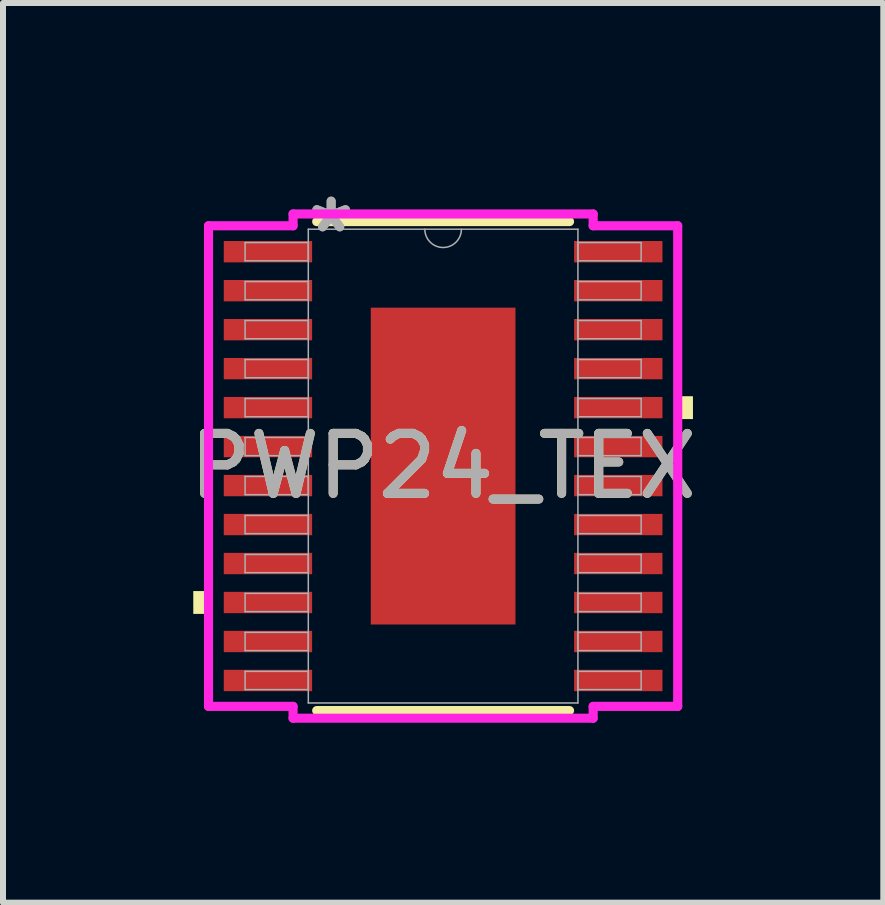
<source format=kicad_pcb>
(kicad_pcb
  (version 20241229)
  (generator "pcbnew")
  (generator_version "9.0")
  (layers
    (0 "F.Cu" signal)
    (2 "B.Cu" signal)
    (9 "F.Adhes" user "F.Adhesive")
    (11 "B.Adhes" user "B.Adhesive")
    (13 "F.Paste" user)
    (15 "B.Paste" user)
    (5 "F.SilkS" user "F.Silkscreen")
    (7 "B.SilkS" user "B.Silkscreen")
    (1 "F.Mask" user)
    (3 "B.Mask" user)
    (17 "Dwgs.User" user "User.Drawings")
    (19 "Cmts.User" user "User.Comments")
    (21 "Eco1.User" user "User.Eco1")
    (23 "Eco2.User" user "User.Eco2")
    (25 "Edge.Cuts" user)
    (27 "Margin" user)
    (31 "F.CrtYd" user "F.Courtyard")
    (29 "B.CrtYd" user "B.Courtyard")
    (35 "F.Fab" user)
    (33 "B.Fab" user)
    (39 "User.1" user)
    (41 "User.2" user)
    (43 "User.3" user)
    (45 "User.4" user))
  (footprint "PWP24_TEX"
    (layer "F.Cu")
    (at 4.339 4.722)
    (property "Reference" "PWP24_TEX" (at 0 0 0) (unlocked yes) (layer "F.SilkS") (effects (font (size 1 1) (thickness 0.15))))
    (attr smd)
    (fp_line (start -2.108 4.077) (end 2.108 4.077) (stroke (width 0.152) (type solid)) (layer "F.SilkS"))
    (fp_line (start 2.108 -4.077) (end -2.108 -4.077) (stroke (width 0.152) (type solid)) (layer "F.SilkS"))
    (fp_poly (pts (xy -4.166 2.084) (xy -4.166 2.465) (xy -3.912 2.465) (xy -3.912 2.084)) (stroke (width 0) (type solid)) (fill yes) (layer "F.SilkS"))
    (fp_poly (pts (xy 4.166 -1.165) (xy 4.166 -0.784) (xy 3.912 -0.784) (xy 3.912 -1.165)) (stroke (width 0) (type solid)) (fill yes) (layer "F.SilkS"))
    (fp_poly (pts (xy -1.107 -2.542) (xy -1.107 -1.421) (xy 1.107 -1.421) (xy 1.107 -2.542)) (stroke (width 0) (type solid)) (fill yes) (layer "F.Paste"))
    (fp_poly (pts (xy -1.107 -1.221) (xy -1.107 -0.1) (xy 1.107 -0.1) (xy 1.107 -1.221)) (stroke (width 0) (type solid)) (fill yes) (layer "F.Paste"))
    (fp_poly (pts (xy -1.107 0.1) (xy -1.107 1.221) (xy 1.107 1.221) (xy 1.107 0.1)) (stroke (width 0) (type solid)) (fill yes) (layer "F.Paste"))
    (fp_poly (pts (xy -1.107 1.421) (xy -1.107 2.542) (xy 1.107 2.542) (xy 1.107 1.421)) (stroke (width 0) (type solid)) (fill yes) (layer "F.Paste"))
    (fp_line (start -3.912 -4.007) (end -2.502 -4.007) (stroke (width 0.152) (type solid)) (layer "F.CrtYd"))
    (fp_line (start -3.912 4.007) (end -3.912 -4.007) (stroke (width 0.152) (type solid)) (layer "F.CrtYd"))
    (fp_line (start -3.912 4.007) (end -2.502 4.007) (stroke (width 0.152) (type solid)) (layer "F.CrtYd"))
    (fp_line (start -2.502 -4.204) (end 2.502 -4.204) (stroke (width 0.152) (type solid)) (layer "F.CrtYd"))
    (fp_line (start -2.502 -4.007) (end -2.502 -4.204) (stroke (width 0.152) (type solid)) (layer "F.CrtYd"))
    (fp_line (start -2.502 4.204) (end -2.502 4.007) (stroke (width 0.152) (type solid)) (layer "F.CrtYd"))
    (fp_line (start 2.502 -4.204) (end 2.502 -4.007) (stroke (width 0.152) (type solid)) (layer "F.CrtYd"))
    (fp_line (start 2.502 4.007) (end 2.502 4.204) (stroke (width 0.152) (type solid)) (layer "F.CrtYd"))
    (fp_line (start 2.502 4.204) (end -2.502 4.204) (stroke (width 0.152) (type solid)) (layer "F.CrtYd"))
    (fp_line (start 3.912 -4.007) (end 2.502 -4.007) (stroke (width 0.152) (type solid)) (layer "F.CrtYd"))
    (fp_line (start 3.912 -4.007) (end 3.912 4.007) (stroke (width 0.152) (type solid)) (layer "F.CrtYd"))
    (fp_line (start 3.912 4.007) (end 2.502 4.007) (stroke (width 0.152) (type solid)) (layer "F.CrtYd"))
    (fp_line (start -3.302 -3.727) (end -3.302 -3.423) (stroke (width 0.025) (type solid)) (layer "F.Fab"))
    (fp_line (start -3.302 -3.423) (end -2.248 -3.423) (stroke (width 0.025) (type solid)) (layer "F.Fab"))
    (fp_line (start -3.302 -3.077) (end -3.302 -2.773) (stroke (width 0.025) (type solid)) (layer "F.Fab"))
    (fp_line (start -3.302 -2.773) (end -2.248 -2.773) (stroke (width 0.025) (type solid)) (layer "F.Fab"))
    (fp_line (start -3.302 -2.427) (end -3.302 -2.123) (stroke (width 0.025) (type solid)) (layer "F.Fab"))
    (fp_line (start -3.302 -2.123) (end -2.248 -2.123) (stroke (width 0.025) (type solid)) (layer "F.Fab"))
    (fp_line (start -3.302 -1.777) (end -3.302 -1.473) (stroke (width 0.025) (type solid)) (layer "F.Fab"))
    (fp_line (start -3.302 -1.473) (end -2.248 -1.473) (stroke (width 0.025) (type solid)) (layer "F.Fab"))
    (fp_line (start -3.302 -1.127) (end -3.302 -0.823) (stroke (width 0.025) (type solid)) (layer "F.Fab"))
    (fp_line (start -3.302 -0.823) (end -2.248 -0.823) (stroke (width 0.025) (type solid)) (layer "F.Fab"))
    (fp_line (start -3.302 -0.477) (end -3.302 -0.173) (stroke (width 0.025) (type solid)) (layer "F.Fab"))
    (fp_line (start -3.302 -0.173) (end -2.248 -0.173) (stroke (width 0.025) (type solid)) (layer "F.Fab"))
    (fp_line (start -3.302 0.173) (end -3.302 0.477) (stroke (width 0.025) (type solid)) (layer "F.Fab"))
    (fp_line (start -3.302 0.477) (end -2.248 0.477) (stroke (width 0.025) (type solid)) (layer "F.Fab"))
    (fp_line (start -3.302 0.823) (end -3.302 1.127) (stroke (width 0.025) (type solid)) (layer "F.Fab"))
    (fp_line (start -3.302 1.127) (end -2.248 1.127) (stroke (width 0.025) (type solid)) (layer "F.Fab"))
    (fp_line (start -3.302 1.473) (end -3.302 1.777) (stroke (width 0.025) (type solid)) (layer "F.Fab"))
    (fp_line (start -3.302 1.777) (end -2.248 1.777) (stroke (width 0.025) (type solid)) (layer "F.Fab"))
    (fp_line (start -3.302 2.123) (end -3.302 2.427) (stroke (width 0.025) (type solid)) (layer "F.Fab"))
    (fp_line (start -3.302 2.427) (end -2.248 2.427) (stroke (width 0.025) (type solid)) (layer "F.Fab"))
    (fp_line (start -3.302 2.773) (end -3.302 3.077) (stroke (width 0.025) (type solid)) (layer "F.Fab"))
    (fp_line (start -3.302 3.077) (end -2.248 3.077) (stroke (width 0.025) (type solid)) (layer "F.Fab"))
    (fp_line (start -3.302 3.423) (end -3.302 3.727) (stroke (width 0.025) (type solid)) (layer "F.Fab"))
    (fp_line (start -3.302 3.727) (end -2.248 3.727) (stroke (width 0.025) (type solid)) (layer "F.Fab"))
    (fp_line (start -2.248 -3.95) (end -2.248 3.95) (stroke (width 0.025) (type solid)) (layer "F.Fab"))
    (fp_line (start -2.248 -3.727) (end -3.302 -3.727) (stroke (width 0.025) (type solid)) (layer "F.Fab"))
    (fp_line (start -2.248 -3.423) (end -2.248 -3.727) (stroke (width 0.025) (type solid)) (layer "F.Fab"))
    (fp_line (start -2.248 -3.077) (end -3.302 -3.077) (stroke (width 0.025) (type solid)) (layer "F.Fab"))
    (fp_line (start -2.248 -2.773) (end -2.248 -3.077) (stroke (width 0.025) (type solid)) (layer "F.Fab"))
    (fp_line (start -2.248 -2.427) (end -3.302 -2.427) (stroke (width 0.025) (type solid)) (layer "F.Fab"))
    (fp_line (start -2.248 -2.123) (end -2.248 -2.427) (stroke (width 0.025) (type solid)) (layer "F.Fab"))
    (fp_line (start -2.248 -1.777) (end -3.302 -1.777) (stroke (width 0.025) (type solid)) (layer "F.Fab"))
    (fp_line (start -2.248 -1.473) (end -2.248 -1.777) (stroke (width 0.025) (type solid)) (layer "F.Fab"))
    (fp_line (start -2.248 -1.127) (end -3.302 -1.127) (stroke (width 0.025) (type solid)) (layer "F.Fab"))
    (fp_line (start -2.248 -0.823) (end -2.248 -1.127) (stroke (width 0.025) (type solid)) (layer "F.Fab"))
    (fp_line (start -2.248 -0.477) (end -3.302 -0.477) (stroke (width 0.025) (type solid)) (layer "F.Fab"))
    (fp_line (start -2.248 -0.173) (end -2.248 -0.477) (stroke (width 0.025) (type solid)) (layer "F.Fab"))
    (fp_line (start -2.248 0.173) (end -3.302 0.173) (stroke (width 0.025) (type solid)) (layer "F.Fab"))
    (fp_line (start -2.248 0.477) (end -2.248 0.173) (stroke (width 0.025) (type solid)) (layer "F.Fab"))
    (fp_line (start -2.248 0.823) (end -3.302 0.823) (stroke (width 0.025) (type solid)) (layer "F.Fab"))
    (fp_line (start -2.248 1.127) (end -2.248 0.823) (stroke (width 0.025) (type solid)) (layer "F.Fab"))
    (fp_line (start -2.248 1.473) (end -3.302 1.473) (stroke (width 0.025) (type solid)) (layer "F.Fab"))
    (fp_line (start -2.248 1.777) (end -2.248 1.473) (stroke (width 0.025) (type solid)) (layer "F.Fab"))
    (fp_line (start -2.248 2.123) (end -3.302 2.123) (stroke (width 0.025) (type solid)) (layer "F.Fab"))
    (fp_line (start -2.248 2.427) (end -2.248 2.123) (stroke (width 0.025) (type solid)) (layer "F.Fab"))
    (fp_line (start -2.248 2.773) (end -3.302 2.773) (stroke (width 0.025) (type solid)) (layer "F.Fab"))
    (fp_line (start -2.248 3.077) (end -2.248 2.773) (stroke (width 0.025) (type solid)) (layer "F.Fab"))
    (fp_line (start -2.248 3.423) (end -3.302 3.423) (stroke (width 0.025) (type solid)) (layer "F.Fab"))
    (fp_line (start -2.248 3.727) (end -2.248 3.423) (stroke (width 0.025) (type solid)) (layer "F.Fab"))
    (fp_line (start -2.248 3.95) (end 2.248 3.95) (stroke (width 0.025) (type solid)) (layer "F.Fab"))
    (fp_line (start 2.248 -3.95) (end -2.248 -3.95) (stroke (width 0.025) (type solid)) (layer "F.Fab"))
    (fp_line (start 2.248 -3.727) (end 2.248 -3.423) (stroke (width 0.025) (type solid)) (layer "F.Fab"))
    (fp_line (start 2.248 -3.423) (end 3.302 -3.423) (stroke (width 0.025) (type solid)) (layer "F.Fab"))
    (fp_line (start 2.248 -3.077) (end 2.248 -2.773) (stroke (width 0.025) (type solid)) (layer "F.Fab"))
    (fp_line (start 2.248 -2.773) (end 3.302 -2.773) (stroke (width 0.025) (type solid)) (layer "F.Fab"))
    (fp_line (start 2.248 -2.427) (end 2.248 -2.123) (stroke (width 0.025) (type solid)) (layer "F.Fab"))
    (fp_line (start 2.248 -2.123) (end 3.302 -2.123) (stroke (width 0.025) (type solid)) (layer "F.Fab"))
    (fp_line (start 2.248 -1.777) (end 2.248 -1.473) (stroke (width 0.025) (type solid)) (layer "F.Fab"))
    (fp_line (start 2.248 -1.473) (end 3.302 -1.473) (stroke (width 0.025) (type solid)) (layer "F.Fab"))
    (fp_line (start 2.248 -1.127) (end 2.248 -0.823) (stroke (width 0.025) (type solid)) (layer "F.Fab"))
    (fp_line (start 2.248 -0.823) (end 3.302 -0.823) (stroke (width 0.025) (type solid)) (layer "F.Fab"))
    (fp_line (start 2.248 -0.477) (end 2.248 -0.173) (stroke (width 0.025) (type solid)) (layer "F.Fab"))
    (fp_line (start 2.248 -0.173) (end 3.302 -0.173) (stroke (width 0.025) (type solid)) (layer "F.Fab"))
    (fp_line (start 2.248 0.173) (end 2.248 0.477) (stroke (width 0.025) (type solid)) (layer "F.Fab"))
    (fp_line (start 2.248 0.477) (end 3.302 0.477) (stroke (width 0.025) (type solid)) (layer "F.Fab"))
    (fp_line (start 2.248 0.823) (end 2.248 1.127) (stroke (width 0.025) (type solid)) (layer "F.Fab"))
    (fp_line (start 2.248 1.127) (end 3.302 1.127) (stroke (width 0.025) (type solid)) (layer "F.Fab"))
    (fp_line (start 2.248 1.473) (end 2.248 1.777) (stroke (width 0.025) (type solid)) (layer "F.Fab"))
    (fp_line (start 2.248 1.777) (end 3.302 1.777) (stroke (width 0.025) (type solid)) (layer "F.Fab"))
    (fp_line (start 2.248 2.123) (end 2.248 2.427) (stroke (width 0.025) (type solid)) (layer "F.Fab"))
    (fp_line (start 2.248 2.427) (end 3.302 2.427) (stroke (width 0.025) (type solid)) (layer "F.Fab"))
    (fp_line (start 2.248 2.773) (end 2.248 3.077) (stroke (width 0.025) (type solid)) (layer "F.Fab"))
    (fp_line (start 2.248 3.077) (end 3.302 3.077) (stroke (width 0.025) (type solid)) (layer "F.Fab"))
    (fp_line (start 2.248 3.423) (end 2.248 3.727) (stroke (width 0.025) (type solid)) (layer "F.Fab"))
    (fp_line (start 2.248 3.727) (end 3.302 3.727) (stroke (width 0.025) (type solid)) (layer "F.Fab"))
    (fp_line (start 2.248 3.95) (end 2.248 -3.95) (stroke (width 0.025) (type solid)) (layer "F.Fab"))
    (fp_line (start 3.302 -3.727) (end 2.248 -3.727) (stroke (width 0.025) (type solid)) (layer "F.Fab"))
    (fp_line (start 3.302 -3.423) (end 3.302 -3.727) (stroke (width 0.025) (type solid)) (layer "F.Fab"))
    (fp_line (start 3.302 -3.077) (end 2.248 -3.077) (stroke (width 0.025) (type solid)) (layer "F.Fab"))
    (fp_line (start 3.302 -2.773) (end 3.302 -3.077) (stroke (width 0.025) (type solid)) (layer "F.Fab"))
    (fp_line (start 3.302 -2.427) (end 2.248 -2.427) (stroke (width 0.025) (type solid)) (layer "F.Fab"))
    (fp_line (start 3.302 -2.123) (end 3.302 -2.427) (stroke (width 0.025) (type solid)) (layer "F.Fab"))
    (fp_line (start 3.302 -1.777) (end 2.248 -1.777) (stroke (width 0.025) (type solid)) (layer "F.Fab"))
    (fp_line (start 3.302 -1.473) (end 3.302 -1.777) (stroke (width 0.025) (type solid)) (layer "F.Fab"))
    (fp_line (start 3.302 -1.127) (end 2.248 -1.127) (stroke (width 0.025) (type solid)) (layer "F.Fab"))
    (fp_line (start 3.302 -0.823) (end 3.302 -1.127) (stroke (width 0.025) (type solid)) (layer "F.Fab"))
    (fp_line (start 3.302 -0.477) (end 2.248 -0.477) (stroke (width 0.025) (type solid)) (layer "F.Fab"))
    (fp_line (start 3.302 -0.173) (end 3.302 -0.477) (stroke (width 0.025) (type solid)) (layer "F.Fab"))
    (fp_line (start 3.302 0.173) (end 2.248 0.173) (stroke (width 0.025) (type solid)) (layer "F.Fab"))
    (fp_line (start 3.302 0.477) (end 3.302 0.173) (stroke (width 0.025) (type solid)) (layer "F.Fab"))
    (fp_line (start 3.302 0.823) (end 2.248 0.823) (stroke (width 0.025) (type solid)) (layer "F.Fab"))
    (fp_line (start 3.302 1.127) (end 3.302 0.823) (stroke (width 0.025) (type solid)) (layer "F.Fab"))
    (fp_line (start 3.302 1.473) (end 2.248 1.473) (stroke (width 0.025) (type solid)) (layer "F.Fab"))
    (fp_line (start 3.302 1.777) (end 3.302 1.473) (stroke (width 0.025) (type solid)) (layer "F.Fab"))
    (fp_line (start 3.302 2.123) (end 2.248 2.123) (stroke (width 0.025) (type solid)) (layer "F.Fab"))
    (fp_line (start 3.302 2.427) (end 3.302 2.123) (stroke (width 0.025) (type solid)) (layer "F.Fab"))
    (fp_line (start 3.302 2.773) (end 2.248 2.773) (stroke (width 0.025) (type solid)) (layer "F.Fab"))
    (fp_line (start 3.302 3.077) (end 3.302 2.773) (stroke (width 0.025) (type solid)) (layer "F.Fab"))
    (fp_line (start 3.302 3.423) (end 2.248 3.423) (stroke (width 0.025) (type solid)) (layer "F.Fab"))
    (fp_line (start 3.302 3.727) (end 3.302 3.423) (stroke (width 0.025) (type solid)) (layer "F.Fab"))
    (fp_arc (start 0.3048 -3.9497) (mid 0 -3.6449) (end -0.3048 -3.9497) (stroke (width 0.0254) (type solid)) (layer "F.Fab"))
    (fp_text user "*" (at -1.867 -3.873 0) (unlocked yes) (layer "F.Fab") (effects (font (size 1 1) (thickness 0.15))))
    (fp_text user "${REFERENCE}" (at 0 0 0) (unlocked yes) (layer "F.Fab") (effects (font (size 1 1) (thickness 0.15))))
    (fp_text user "*" (at -1.867 -3.873 0) (layer "F.Fab") (effects (font (size 1 1) (thickness 0.15))))
    (pad "1" smd rect (at -2.921 -3.575) (size 1.473 0.356) (layers "F.Cu" "F.Mask" "F.Paste"))
    (pad "2" smd rect (at -2.921 -2.925) (size 1.473 0.356) (layers "F.Cu" "F.Mask" "F.Paste"))
    (pad "3" smd rect (at -2.921 -2.275) (size 1.473 0.356) (layers "F.Cu" "F.Mask" "F.Paste"))
    (pad "4" smd rect (at -2.921 -1.625) (size 1.473 0.356) (layers "F.Cu" "F.Mask" "F.Paste"))
    (pad "5" smd rect (at -2.921 -0.975) (size 1.473 0.356) (layers "F.Cu" "F.Mask" "F.Paste"))
    (pad "6" smd rect (at -2.921 -0.325) (size 1.473 0.356) (layers "F.Cu" "F.Mask" "F.Paste"))
    (pad "7" smd rect (at -2.921 0.325) (size 1.473 0.356) (layers "F.Cu" "F.Mask" "F.Paste"))
    (pad "8" smd rect (at -2.921 0.975) (size 1.473 0.356) (layers "F.Cu" "F.Mask" "F.Paste"))
    (pad "9" smd rect (at -2.921 1.625) (size 1.473 0.356) (layers "F.Cu" "F.Mask" "F.Paste"))
    (pad "10" smd rect (at -2.921 2.275) (size 1.473 0.356) (layers "F.Cu" "F.Mask" "F.Paste"))
    (pad "11" smd rect (at -2.921 2.925) (size 1.473 0.356) (layers "F.Cu" "F.Mask" "F.Paste"))
    (pad "12" smd rect (at -2.921 3.575) (size 1.473 0.356) (layers "F.Cu" "F.Mask" "F.Paste"))
    (pad "13" smd rect (at 2.921 3.575) (size 1.473 0.356) (layers "F.Cu" "F.Mask" "F.Paste"))
    (pad "14" smd rect (at 2.921 2.925) (size 1.473 0.356) (layers "F.Cu" "F.Mask" "F.Paste"))
    (pad "15" smd rect (at 2.921 2.275) (size 1.473 0.356) (layers "F.Cu" "F.Mask" "F.Paste"))
    (pad "16" smd rect (at 2.921 1.625) (size 1.473 0.356) (layers "F.Cu" "F.Mask" "F.Paste"))
    (pad "17" smd rect (at 2.921 0.975) (size 1.473 0.356) (layers "F.Cu" "F.Mask" "F.Paste"))
    (pad "18" smd rect (at 2.921 0.325) (size 1.473 0.356) (layers "F.Cu" "F.Mask" "F.Paste"))
    (pad "19" smd rect (at 2.921 -0.325) (size 1.473 0.356) (layers "F.Cu" "F.Mask" "F.Paste"))
    (pad "20" smd rect (at 2.921 -0.975) (size 1.473 0.356) (layers "F.Cu" "F.Mask" "F.Paste"))
    (pad "21" smd rect (at 2.921 -1.625) (size 1.473 0.356) (layers "F.Cu" "F.Mask" "F.Paste"))
    (pad "22" smd rect (at 2.921 -2.275) (size 1.473 0.356) (layers "F.Cu" "F.Mask" "F.Paste"))
    (pad "23" smd rect (at 2.921 -2.925) (size 1.473 0.356) (layers "F.Cu" "F.Mask" "F.Paste"))
    (pad "24" smd rect (at 0 0) (size 2.413 5.283) (layers "F.Cu" "F.Mask"))
    (pad "24" smd rect (at 2.921 -3.575) (size 1.473 0.356) (layers "F.Cu" "F.Mask" "F.Paste")))
  (gr_rect
    (start -3 -3)
    (end 11.679 12.002)
    (stroke (width 0.1) (type default))
    (fill no)
    (layer "Edge.Cuts")))
</source>
